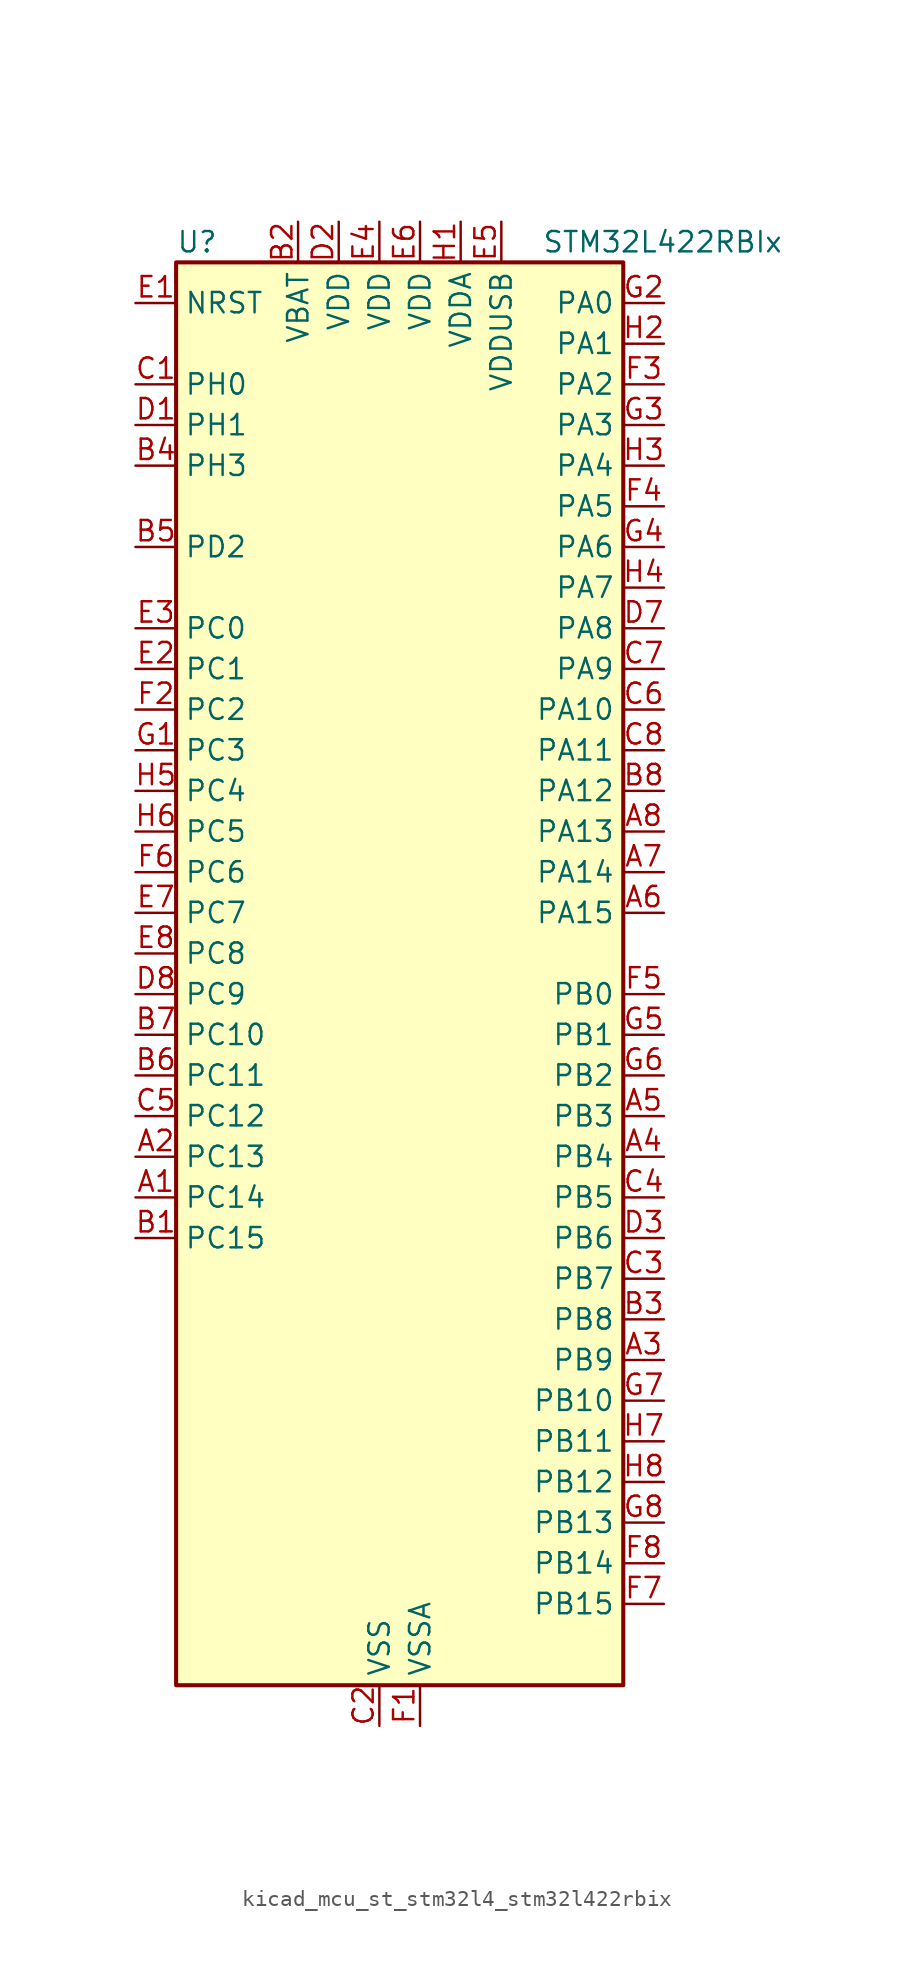
<source format=kicad_sym>
(kicad_symbol_lib
  (version 20220914)
  (generator kicad_symbol_editor)
  (symbol "kicad_mcu_st_stm32l4_stm32l422rbix"
    (property "Reference" "U"
      (at -12.7 46.99 0)
      (effects (font (size 1.27 1.27)) (justify left)))
    (property "Value" "STM32L422RBIx"
      (at 10.16 46.99 0)
      (effects (font (size 1.27 1.27)) (justify left)))
    (property "ki_locked" ""
      (at 0 0 0)
      (effects (font (size 1.27 1.27))))
    (symbol "kicad_mcu_st_stm32l4_stm32l422rbix_0_1"
      (rectangle (start -12.7 -43.18) (end 15.24 45.72) (stroke (width 0.254) (type default)) (fill (type background))))
    (symbol "kicad_mcu_st_stm32l4_stm32l422rbix_1_1"
      (pin bidirectional line (at -15.24 -12.7 0) (length 2.54) (name "PC14" (effects (font (size 1.27 1.27)))) (number "A1" (effects (font (size 1.27 1.27)))) (alternate "RCC_OSC32_IN" bidirectional line))
      (pin bidirectional line (at -15.24 -10.16 0) (length 2.54) (name "PC13" (effects (font (size 1.27 1.27)))) (number "A2" (effects (font (size 1.27 1.27)))) (alternate "RTC_OUT_ALARM" bidirectional line) (alternate "RTC_OUT_CALIB" bidirectional line) (alternate "RTC_TAMP1" bidirectional line) (alternate "RTC_TS" bidirectional line) (alternate "SYS_WKUP2" bidirectional line))
      (pin bidirectional line (at 17.78 -22.86 180) (length 2.54) (name "PB9" (effects (font (size 1.27 1.27)))) (number "A3" (effects (font (size 1.27 1.27)))) (alternate "I2C1_SDA" bidirectional line) (alternate "IR_OUT" bidirectional line) (alternate "SPI2_NSS" bidirectional line))
      (pin bidirectional line (at 17.78 -10.16 180) (length 2.54) (name "PB4" (effects (font (size 1.27 1.27)))) (number "A4" (effects (font (size 1.27 1.27)))) (alternate "I2C3_SDA" bidirectional line) (alternate "SPI1_MISO" bidirectional line) (alternate "SYS_JTRST" bidirectional line) (alternate "TSC_G2_IO1" bidirectional line) (alternate "USART1_CTS" bidirectional line))
      (pin bidirectional line (at 17.78 -7.62 180) (length 2.54) (name "PB3" (effects (font (size 1.27 1.27)))) (number "A5" (effects (font (size 1.27 1.27)))) (alternate "SPI1_SCK" bidirectional line) (alternate "SYS_JTDO-SWO" bidirectional line) (alternate "TIM2_CH2" bidirectional line) (alternate "USART1_DE" bidirectional line) (alternate "USART1_RTS" bidirectional line))
      (pin bidirectional line (at 17.78 5.08 180) (length 2.54) (name "PA15" (effects (font (size 1.27 1.27)))) (number "A6" (effects (font (size 1.27 1.27)))) (alternate "ADC1_EXTI15" bidirectional line) (alternate "ADC2_EXTI15" bidirectional line) (alternate "SPI1_NSS" bidirectional line) (alternate "SYS_JTDI" bidirectional line) (alternate "TIM2_CH1" bidirectional line) (alternate "TIM2_ETR" bidirectional line) (alternate "TSC_G3_IO1" bidirectional line) (alternate "USART2_RX" bidirectional line) (alternate "USART3_DE" bidirectional line) (alternate "USART3_RTS" bidirectional line))
      (pin bidirectional line (at 17.78 7.62 180) (length 2.54) (name "PA14" (effects (font (size 1.27 1.27)))) (number "A7" (effects (font (size 1.27 1.27)))) (alternate "I2C1_SMBA" bidirectional line) (alternate "LPTIM1_OUT" bidirectional line) (alternate "SYS_JTCK-SWCLK" bidirectional line))
      (pin bidirectional line (at 17.78 10.16 180) (length 2.54) (name "PA13" (effects (font (size 1.27 1.27)))) (number "A8" (effects (font (size 1.27 1.27)))) (alternate "IR_OUT" bidirectional line) (alternate "SYS_JTMS-SWDIO" bidirectional line) (alternate "USB_NOE" bidirectional line))
      (pin bidirectional line (at -15.24 -15.24 0) (length 2.54) (name "PC15" (effects (font (size 1.27 1.27)))) (number "B1" (effects (font (size 1.27 1.27)))) (alternate "ADC1_EXTI15" bidirectional line) (alternate "ADC2_EXTI15" bidirectional line) (alternate "RCC_OSC32_OUT" bidirectional line))
      (pin power_in line (at -5.08 48.26 270) (length 2.54) (name "VBAT" (effects (font (size 1.27 1.27)))) (number "B2" (effects (font (size 1.27 1.27)))))
      (pin bidirectional line (at 17.78 -20.32 180) (length 2.54) (name "PB8" (effects (font (size 1.27 1.27)))) (number "B3" (effects (font (size 1.27 1.27)))) (alternate "I2C1_SCL" bidirectional line) (alternate "TIM16_CH1" bidirectional line))
      (pin bidirectional line (at -15.24 33.02 0) (length 2.54) (name "PH3" (effects (font (size 1.27 1.27)))) (number "B4" (effects (font (size 1.27 1.27)))))
      (pin bidirectional line (at -15.24 27.94 0) (length 2.54) (name "PD2" (effects (font (size 1.27 1.27)))) (number "B5" (effects (font (size 1.27 1.27)))) (alternate "SYS_TRACED2" bidirectional line) (alternate "TSC_SYNC" bidirectional line) (alternate "USART3_DE" bidirectional line) (alternate "USART3_RTS" bidirectional line))
      (pin bidirectional line (at -15.24 -5.08 0) (length 2.54) (name "PC11" (effects (font (size 1.27 1.27)))) (number "B6" (effects (font (size 1.27 1.27)))) (alternate "ADC1_EXTI11" bidirectional line) (alternate "ADC2_EXTI11" bidirectional line) (alternate "TSC_G3_IO3" bidirectional line) (alternate "USART3_RX" bidirectional line))
      (pin bidirectional line (at -15.24 -2.54 0) (length 2.54) (name "PC10" (effects (font (size 1.27 1.27)))) (number "B7" (effects (font (size 1.27 1.27)))) (alternate "SYS_TRACED1" bidirectional line) (alternate "TSC_G3_IO2" bidirectional line) (alternate "USART3_TX" bidirectional line))
      (pin bidirectional line (at 17.78 12.7 180) (length 2.54) (name "PA12" (effects (font (size 1.27 1.27)))) (number "B8" (effects (font (size 1.27 1.27)))) (alternate "SPI1_MOSI" bidirectional line) (alternate "TIM1_ETR" bidirectional line) (alternate "USART1_DE" bidirectional line) (alternate "USART1_RTS" bidirectional line) (alternate "USB_DP" bidirectional line))
      (pin bidirectional line (at -15.24 38.1 0) (length 2.54) (name "PH0" (effects (font (size 1.27 1.27)))) (number "C1" (effects (font (size 1.27 1.27)))) (alternate "RCC_OSC_IN" bidirectional line))
      (pin power_in line (at 0 -45.72 90) (length 2.54) (name "VSS" (effects (font (size 1.27 1.27)))) (number "C2" (effects (font (size 1.27 1.27)))))
      (pin bidirectional line (at 17.78 -17.78 180) (length 2.54) (name "PB7" (effects (font (size 1.27 1.27)))) (number "C3" (effects (font (size 1.27 1.27)))) (alternate "I2C1_SDA" bidirectional line) (alternate "LPTIM1_IN2" bidirectional line) (alternate "SYS_PVD_IN" bidirectional line) (alternate "SYS_TRACECLK" bidirectional line) (alternate "TSC_G2_IO4" bidirectional line) (alternate "USART1_RX" bidirectional line))
      (pin bidirectional line (at 17.78 -12.7 180) (length 2.54) (name "PB5" (effects (font (size 1.27 1.27)))) (number "C4" (effects (font (size 1.27 1.27)))) (alternate "I2C1_SMBA" bidirectional line) (alternate "LPTIM1_IN1" bidirectional line) (alternate "SPI1_MOSI" bidirectional line) (alternate "SYS_TRACED2" bidirectional line) (alternate "TIM16_BKIN" bidirectional line) (alternate "TSC_G2_IO2" bidirectional line) (alternate "USART1_CK" bidirectional line))
      (pin bidirectional line (at -15.24 -7.62 0) (length 2.54) (name "PC12" (effects (font (size 1.27 1.27)))) (number "C5" (effects (font (size 1.27 1.27)))) (alternate "SYS_TRACED3" bidirectional line) (alternate "TSC_G3_IO4" bidirectional line) (alternate "USART3_CK" bidirectional line))
      (pin bidirectional line (at 17.78 17.78 180) (length 2.54) (name "PA10" (effects (font (size 1.27 1.27)))) (number "C6" (effects (font (size 1.27 1.27)))) (alternate "CRS_SYNC" bidirectional line) (alternate "I2C1_SDA" bidirectional line) (alternate "TIM1_CH3" bidirectional line) (alternate "USART1_RX" bidirectional line))
      (pin bidirectional line (at 17.78 20.32 180) (length 2.54) (name "PA9" (effects (font (size 1.27 1.27)))) (number "C7" (effects (font (size 1.27 1.27)))) (alternate "I2C1_SCL" bidirectional line) (alternate "TIM15_BKIN" bidirectional line) (alternate "TIM1_CH2" bidirectional line) (alternate "USART1_TX" bidirectional line))
      (pin bidirectional line (at 17.78 15.24 180) (length 2.54) (name "PA11" (effects (font (size 1.27 1.27)))) (number "C8" (effects (font (size 1.27 1.27)))) (alternate "ADC1_EXTI11" bidirectional line) (alternate "ADC2_EXTI11" bidirectional line) (alternate "COMP1_OUT" bidirectional line) (alternate "SPI1_MISO" bidirectional line) (alternate "TIM1_BKIN2" bidirectional line) (alternate "TIM1_BKIN2_COMP1" bidirectional line) (alternate "TIM1_CH4" bidirectional line) (alternate "USART1_CTS" bidirectional line) (alternate "USB_DM" bidirectional line))
      (pin bidirectional line (at -15.24 35.56 0) (length 2.54) (name "PH1" (effects (font (size 1.27 1.27)))) (number "D1" (effects (font (size 1.27 1.27)))) (alternate "RCC_OSC_OUT" bidirectional line))
      (pin power_in line (at -2.54 48.26 270) (length 2.54) (name "VDD" (effects (font (size 1.27 1.27)))) (number "D2" (effects (font (size 1.27 1.27)))))
      (pin bidirectional line (at 17.78 -15.24 180) (length 2.54) (name "PB6" (effects (font (size 1.27 1.27)))) (number "D3" (effects (font (size 1.27 1.27)))) (alternate "I2C1_SCL" bidirectional line) (alternate "LPTIM1_ETR" bidirectional line) (alternate "SYS_TRACED3" bidirectional line) (alternate "TIM16_CH1N" bidirectional line) (alternate "TSC_G2_IO3" bidirectional line) (alternate "USART1_TX" bidirectional line))
      (pin passive line (at 0 -45.72 90) (length 2.54) hide (name "VSS" (effects (font (size 1.27 1.27)))) (number "D4" (effects (font (size 1.27 1.27)))))
      (pin passive line (at 0 -45.72 90) (length 2.54) hide (name "VSS" (effects (font (size 1.27 1.27)))) (number "D5" (effects (font (size 1.27 1.27)))))
      (pin passive line (at 0 -45.72 90) (length 2.54) hide (name "VSS" (effects (font (size 1.27 1.27)))) (number "D6" (effects (font (size 1.27 1.27)))))
      (pin bidirectional line (at 17.78 22.86 180) (length 2.54) (name "PA8" (effects (font (size 1.27 1.27)))) (number "D7" (effects (font (size 1.27 1.27)))) (alternate "LPTIM2_OUT" bidirectional line) (alternate "RCC_MCO" bidirectional line) (alternate "TIM1_CH1" bidirectional line) (alternate "USART1_CK" bidirectional line))
      (pin bidirectional line (at -15.24 0 0) (length 2.54) (name "PC9" (effects (font (size 1.27 1.27)))) (number "D8" (effects (font (size 1.27 1.27)))) (alternate "TSC_G4_IO4" bidirectional line) (alternate "USB_NOE" bidirectional line))
      (pin input line (at -15.24 43.18 0) (length 2.54) (name "NRST" (effects (font (size 1.27 1.27)))) (number "E1" (effects (font (size 1.27 1.27)))))
      (pin bidirectional line (at -15.24 20.32 0) (length 2.54) (name "PC1" (effects (font (size 1.27 1.27)))) (number "E2" (effects (font (size 1.27 1.27)))) (alternate "ADC1_IN2" bidirectional line) (alternate "ADC2_IN2" bidirectional line) (alternate "I2C3_SDA" bidirectional line) (alternate "LPTIM1_OUT" bidirectional line) (alternate "LPUART1_TX" bidirectional line) (alternate "SYS_TRACED0" bidirectional line))
      (pin bidirectional line (at -15.24 22.86 0) (length 2.54) (name "PC0" (effects (font (size 1.27 1.27)))) (number "E3" (effects (font (size 1.27 1.27)))) (alternate "ADC1_IN1" bidirectional line) (alternate "ADC2_IN1" bidirectional line) (alternate "I2C3_SCL" bidirectional line) (alternate "LPTIM1_IN1" bidirectional line) (alternate "LPTIM2_IN1" bidirectional line) (alternate "LPUART1_RX" bidirectional line) (alternate "SYS_TRACECLK" bidirectional line))
      (pin power_in line (at 0 48.26 270) (length 2.54) (name "VDD" (effects (font (size 1.27 1.27)))) (number "E4" (effects (font (size 1.27 1.27)))))
      (pin power_in line (at 7.62 48.26 270) (length 2.54) (name "VDDUSB" (effects (font (size 1.27 1.27)))) (number "E5" (effects (font (size 1.27 1.27)))))
      (pin power_in line (at 2.54 48.26 270) (length 2.54) (name "VDD" (effects (font (size 1.27 1.27)))) (number "E6" (effects (font (size 1.27 1.27)))))
      (pin bidirectional line (at -15.24 5.08 0) (length 2.54) (name "PC7" (effects (font (size 1.27 1.27)))) (number "E7" (effects (font (size 1.27 1.27)))) (alternate "TSC_G4_IO2" bidirectional line))
      (pin bidirectional line (at -15.24 2.54 0) (length 2.54) (name "PC8" (effects (font (size 1.27 1.27)))) (number "E8" (effects (font (size 1.27 1.27)))) (alternate "TSC_G4_IO3" bidirectional line))
      (pin power_in line (at 2.54 -45.72 90) (length 2.54) (name "VSSA" (effects (font (size 1.27 1.27)))) (number "F1" (effects (font (size 1.27 1.27)))))
      (pin bidirectional line (at -15.24 17.78 0) (length 2.54) (name "PC2" (effects (font (size 1.27 1.27)))) (number "F2" (effects (font (size 1.27 1.27)))) (alternate "ADC1_IN3" bidirectional line) (alternate "ADC2_IN3" bidirectional line) (alternate "LPTIM1_IN2" bidirectional line) (alternate "SPI2_MISO" bidirectional line))
      (pin bidirectional line (at 17.78 38.1 180) (length 2.54) (name "PA2" (effects (font (size 1.27 1.27)))) (number "F3" (effects (font (size 1.27 1.27)))) (alternate "ADC1_IN7" bidirectional line) (alternate "ADC2_IN7" bidirectional line) (alternate "LPUART1_TX" bidirectional line) (alternate "QUADSPI_BK1_NCS" bidirectional line) (alternate "RCC_LSCO" bidirectional line) (alternate "SYS_WKUP4" bidirectional line) (alternate "TIM15_CH1" bidirectional line) (alternate "TIM2_CH3" bidirectional line) (alternate "USART2_TX" bidirectional line))
      (pin bidirectional line (at 17.78 30.48 180) (length 2.54) (name "PA5" (effects (font (size 1.27 1.27)))) (number "F4" (effects (font (size 1.27 1.27)))) (alternate "ADC1_IN10" bidirectional line) (alternate "ADC2_IN10" bidirectional line) (alternate "COMP1_INM" bidirectional line) (alternate "LPTIM2_ETR" bidirectional line) (alternate "SPI1_SCK" bidirectional line) (alternate "TIM2_CH1" bidirectional line) (alternate "TIM2_ETR" bidirectional line))
      (pin bidirectional line (at 17.78 0 180) (length 2.54) (name "PB0" (effects (font (size 1.27 1.27)))) (number "F5" (effects (font (size 1.27 1.27)))) (alternate "ADC1_IN15" bidirectional line) (alternate "ADC2_IN15" bidirectional line) (alternate "COMP1_OUT" bidirectional line) (alternate "QUADSPI_BK1_IO1" bidirectional line) (alternate "SPI1_NSS" bidirectional line) (alternate "SYS_TRACED0" bidirectional line) (alternate "TIM1_CH2N" bidirectional line) (alternate "USART3_CK" bidirectional line))
      (pin bidirectional line (at -15.24 7.62 0) (length 2.54) (name "PC6" (effects (font (size 1.27 1.27)))) (number "F6" (effects (font (size 1.27 1.27)))) (alternate "TSC_G4_IO1" bidirectional line))
      (pin bidirectional line (at 17.78 -38.1 180) (length 2.54) (name "PB15" (effects (font (size 1.27 1.27)))) (number "F7" (effects (font (size 1.27 1.27)))) (alternate "ADC1_EXTI15" bidirectional line) (alternate "ADC2_EXTI15" bidirectional line) (alternate "RTC_REFIN" bidirectional line) (alternate "SPI2_MOSI" bidirectional line) (alternate "TIM15_CH2" bidirectional line) (alternate "TIM1_CH3N" bidirectional line) (alternate "TSC_G1_IO4" bidirectional line))
      (pin bidirectional line (at 17.78 -35.56 180) (length 2.54) (name "PB14" (effects (font (size 1.27 1.27)))) (number "F8" (effects (font (size 1.27 1.27)))) (alternate "I2C2_SDA" bidirectional line) (alternate "SPI2_MISO" bidirectional line) (alternate "TIM15_CH1" bidirectional line) (alternate "TIM1_CH2N" bidirectional line) (alternate "TSC_G1_IO3" bidirectional line) (alternate "USART3_DE" bidirectional line) (alternate "USART3_RTS" bidirectional line))
      (pin bidirectional line (at -15.24 15.24 0) (length 2.54) (name "PC3" (effects (font (size 1.27 1.27)))) (number "G1" (effects (font (size 1.27 1.27)))) (alternate "ADC1_IN4" bidirectional line) (alternate "ADC2_IN4" bidirectional line) (alternate "LPTIM1_ETR" bidirectional line) (alternate "LPTIM2_ETR" bidirectional line) (alternate "SPI2_MOSI" bidirectional line))
      (pin bidirectional line (at 17.78 43.18 180) (length 2.54) (name "PA0" (effects (font (size 1.27 1.27)))) (number "G2" (effects (font (size 1.27 1.27)))) (alternate "ADC1_IN5" bidirectional line) (alternate "COMP1_INM" bidirectional line) (alternate "COMP1_OUT" bidirectional line) (alternate "OPAMP1_VINP" bidirectional line) (alternate "RTC_TAMP2" bidirectional line) (alternate "SYS_WKUP1" bidirectional line) (alternate "TIM2_CH1" bidirectional line) (alternate "TIM2_ETR" bidirectional line) (alternate "USART2_CTS" bidirectional line))
      (pin bidirectional line (at 17.78 35.56 180) (length 2.54) (name "PA3" (effects (font (size 1.27 1.27)))) (number "G3" (effects (font (size 1.27 1.27)))) (alternate "ADC1_IN8" bidirectional line) (alternate "ADC2_IN8" bidirectional line) (alternate "LPUART1_RX" bidirectional line) (alternate "OPAMP1_VOUT" bidirectional line) (alternate "QUADSPI_CLK" bidirectional line) (alternate "TIM15_CH2" bidirectional line) (alternate "TIM2_CH4" bidirectional line) (alternate "USART2_RX" bidirectional line))
      (pin bidirectional line (at 17.78 27.94 180) (length 2.54) (name "PA6" (effects (font (size 1.27 1.27)))) (number "G4" (effects (font (size 1.27 1.27)))) (alternate "ADC1_IN11" bidirectional line) (alternate "ADC2_IN11" bidirectional line) (alternate "COMP1_OUT" bidirectional line) (alternate "LPUART1_CTS" bidirectional line) (alternate "QUADSPI_BK1_IO3" bidirectional line) (alternate "SPI1_MISO" bidirectional line) (alternate "TIM16_CH1" bidirectional line) (alternate "TIM1_BKIN" bidirectional line) (alternate "USART3_CTS" bidirectional line))
      (pin bidirectional line (at 17.78 -2.54 180) (length 2.54) (name "PB1" (effects (font (size 1.27 1.27)))) (number "G5" (effects (font (size 1.27 1.27)))) (alternate "ADC1_IN16" bidirectional line) (alternate "ADC2_IN16" bidirectional line) (alternate "COMP1_INM" bidirectional line) (alternate "LPTIM2_IN1" bidirectional line) (alternate "LPUART1_DE" bidirectional line) (alternate "LPUART1_RTS" bidirectional line) (alternate "QUADSPI_BK1_IO0" bidirectional line) (alternate "SYS_TRACED1" bidirectional line) (alternate "TIM1_CH3N" bidirectional line) (alternate "USART3_DE" bidirectional line) (alternate "USART3_RTS" bidirectional line))
      (pin bidirectional line (at 17.78 -5.08 180) (length 2.54) (name "PB2" (effects (font (size 1.27 1.27)))) (number "G6" (effects (font (size 1.27 1.27)))) (alternate "COMP1_INP" bidirectional line) (alternate "I2C3_SMBA" bidirectional line) (alternate "LPTIM1_OUT" bidirectional line) (alternate "RTC_OUT_ALARM" bidirectional line) (alternate "RTC_OUT_CALIB" bidirectional line))
      (pin bidirectional line (at 17.78 -25.4 180) (length 2.54) (name "PB10" (effects (font (size 1.27 1.27)))) (number "G7" (effects (font (size 1.27 1.27)))) (alternate "COMP1_OUT" bidirectional line) (alternate "I2C2_SCL" bidirectional line) (alternate "LPUART1_RX" bidirectional line) (alternate "QUADSPI_CLK" bidirectional line) (alternate "SPI2_SCK" bidirectional line) (alternate "TIM2_CH3" bidirectional line) (alternate "TSC_SYNC" bidirectional line) (alternate "USART3_TX" bidirectional line))
      (pin bidirectional line (at 17.78 -33.02 180) (length 2.54) (name "PB13" (effects (font (size 1.27 1.27)))) (number "G8" (effects (font (size 1.27 1.27)))) (alternate "I2C2_SCL" bidirectional line) (alternate "LPUART1_CTS" bidirectional line) (alternate "SPI2_SCK" bidirectional line) (alternate "TIM15_CH1N" bidirectional line) (alternate "TIM1_CH1N" bidirectional line) (alternate "TSC_G1_IO2" bidirectional line) (alternate "USART3_CTS" bidirectional line))
      (pin power_in line (at 5.08 48.26 270) (length 2.54) (name "VDDA" (effects (font (size 1.27 1.27)))) (number "H1" (effects (font (size 1.27 1.27)))))
      (pin bidirectional line (at 17.78 40.64 180) (length 2.54) (name "PA1" (effects (font (size 1.27 1.27)))) (number "H2" (effects (font (size 1.27 1.27)))) (alternate "ADC1_IN6" bidirectional line) (alternate "COMP1_INP" bidirectional line) (alternate "I2C1_SMBA" bidirectional line) (alternate "OPAMP1_VINM" bidirectional line) (alternate "SPI1_SCK" bidirectional line) (alternate "TIM15_CH1N" bidirectional line) (alternate "TIM2_CH2" bidirectional line) (alternate "USART2_DE" bidirectional line) (alternate "USART2_RTS" bidirectional line))
      (pin bidirectional line (at 17.78 33.02 180) (length 2.54) (name "PA4" (effects (font (size 1.27 1.27)))) (number "H3" (effects (font (size 1.27 1.27)))) (alternate "ADC1_IN9" bidirectional line) (alternate "ADC2_IN9" bidirectional line) (alternate "COMP1_INM" bidirectional line) (alternate "LPTIM2_OUT" bidirectional line) (alternate "SPI1_NSS" bidirectional line) (alternate "USART2_CK" bidirectional line))
      (pin bidirectional line (at 17.78 25.4 180) (length 2.54) (name "PA7" (effects (font (size 1.27 1.27)))) (number "H4" (effects (font (size 1.27 1.27)))) (alternate "ADC1_IN12" bidirectional line) (alternate "ADC2_IN12" bidirectional line) (alternate "I2C3_SCL" bidirectional line) (alternate "QUADSPI_BK1_IO2" bidirectional line) (alternate "SPI1_MOSI" bidirectional line) (alternate "TIM1_CH1N" bidirectional line))
      (pin bidirectional line (at -15.24 12.7 0) (length 2.54) (name "PC4" (effects (font (size 1.27 1.27)))) (number "H5" (effects (font (size 1.27 1.27)))) (alternate "ADC1_IN13" bidirectional line) (alternate "ADC2_IN13" bidirectional line) (alternate "COMP1_INM" bidirectional line) (alternate "USART3_TX" bidirectional line))
      (pin bidirectional line (at -15.24 10.16 0) (length 2.54) (name "PC5" (effects (font (size 1.27 1.27)))) (number "H6" (effects (font (size 1.27 1.27)))) (alternate "ADC1_IN14" bidirectional line) (alternate "ADC2_IN14" bidirectional line) (alternate "COMP1_INP" bidirectional line) (alternate "SYS_WKUP5" bidirectional line) (alternate "USART3_RX" bidirectional line))
      (pin bidirectional line (at 17.78 -27.94 180) (length 2.54) (name "PB11" (effects (font (size 1.27 1.27)))) (number "H7" (effects (font (size 1.27 1.27)))) (alternate "ADC1_EXTI11" bidirectional line) (alternate "ADC2_EXTI11" bidirectional line) (alternate "I2C2_SDA" bidirectional line) (alternate "LPUART1_TX" bidirectional line) (alternate "QUADSPI_BK1_NCS" bidirectional line) (alternate "TIM2_CH4" bidirectional line) (alternate "USART3_RX" bidirectional line))
      (pin bidirectional line (at 17.78 -30.48 180) (length 2.54) (name "PB12" (effects (font (size 1.27 1.27)))) (number "H8" (effects (font (size 1.27 1.27)))) (alternate "I2C2_SMBA" bidirectional line) (alternate "LPUART1_DE" bidirectional line) (alternate "LPUART1_RTS" bidirectional line) (alternate "SPI2_NSS" bidirectional line) (alternate "TIM15_BKIN" bidirectional line) (alternate "TIM1_BKIN" bidirectional line) (alternate "TSC_G1_IO1" bidirectional line) (alternate "USART3_CK" bidirectional line)))))
</source>
